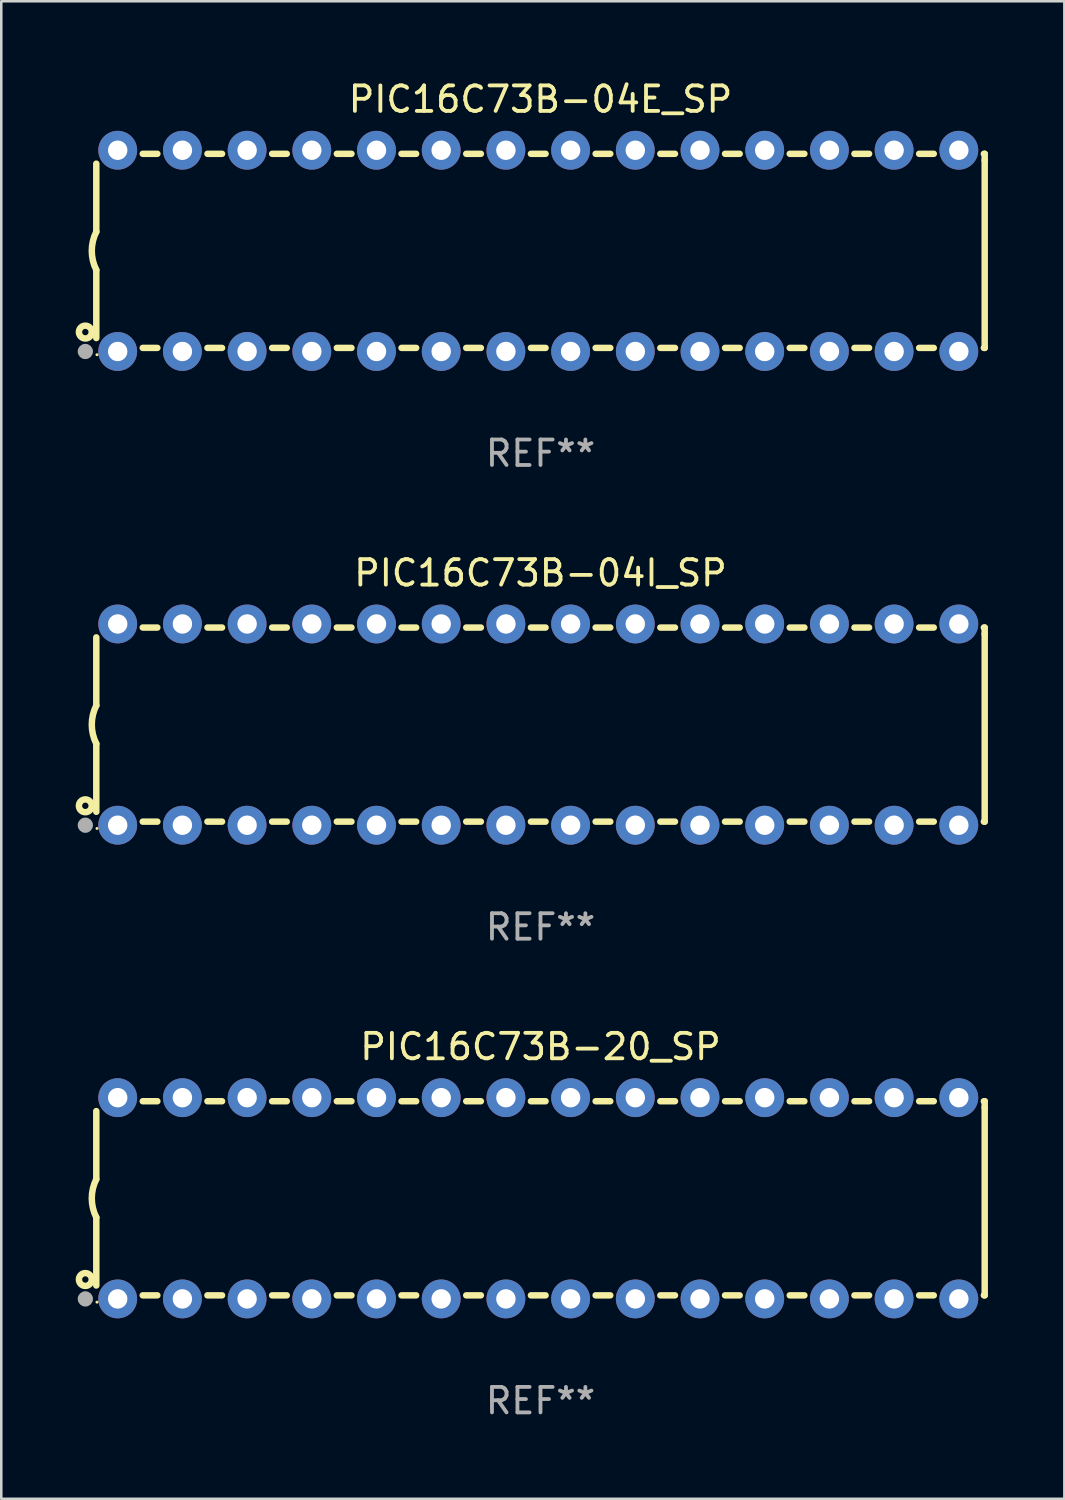
<source format=kicad_pcb>
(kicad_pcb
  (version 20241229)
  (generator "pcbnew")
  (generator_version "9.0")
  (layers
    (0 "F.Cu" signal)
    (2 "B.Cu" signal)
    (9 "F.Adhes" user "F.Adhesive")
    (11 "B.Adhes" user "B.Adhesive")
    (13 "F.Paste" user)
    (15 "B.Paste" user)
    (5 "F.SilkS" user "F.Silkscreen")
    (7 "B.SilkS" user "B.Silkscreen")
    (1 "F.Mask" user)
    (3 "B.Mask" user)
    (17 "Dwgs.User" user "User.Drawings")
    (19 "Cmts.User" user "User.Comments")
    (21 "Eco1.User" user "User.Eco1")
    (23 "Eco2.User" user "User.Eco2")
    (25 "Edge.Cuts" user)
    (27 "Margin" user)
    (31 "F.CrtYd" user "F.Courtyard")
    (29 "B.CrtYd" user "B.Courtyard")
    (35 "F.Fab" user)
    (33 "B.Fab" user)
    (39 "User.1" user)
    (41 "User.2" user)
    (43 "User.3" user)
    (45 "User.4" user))
  (footprint "PIC16C73B-20_SP"
    (layer "F.Cu")
    (at 18.168 43.991)
    (property "Reference" "PIC16C73B-20_SP" (at 0 -5.95 0) (layer "F.SilkS") (effects (font (size 1 1) (thickness 0.15))))
    (attr through_hole)
    (fp_line (start -17.438 0.75) (end -17.438 3.423) (stroke (width 0.254) (type solid)) (layer "F.SilkS"))
    (fp_line (start -17.438 -3.423) (end -17.438 -0.75) (stroke (width 0.254) (type solid)) (layer "F.SilkS"))
    (fp_line (start -15.615 3.81) (end -15.041 3.81) (stroke (width 0.254) (type solid)) (layer "F.SilkS"))
    (fp_line (start -15.041 -3.81) (end -15.614 -3.81) (stroke (width 0.254) (type solid)) (layer "F.SilkS"))
    (fp_line (start -13.075 3.81) (end -12.501 3.81) (stroke (width 0.254) (type solid)) (layer "F.SilkS"))
    (fp_line (start -12.501 -3.81) (end -13.074 -3.81) (stroke (width 0.254) (type solid)) (layer "F.SilkS"))
    (fp_line (start -10.535 3.81) (end -9.961 3.81) (stroke (width 0.254) (type solid)) (layer "F.SilkS"))
    (fp_line (start -9.961 -3.81) (end -10.534 -3.81) (stroke (width 0.254) (type solid)) (layer "F.SilkS"))
    (fp_line (start -7.995 3.81) (end -7.421 3.81) (stroke (width 0.254) (type solid)) (layer "F.SilkS"))
    (fp_line (start -7.421 -3.81) (end -7.995 -3.81) (stroke (width 0.254) (type solid)) (layer "F.SilkS"))
    (fp_line (start -5.455 3.81) (end -4.881 3.81) (stroke (width 0.254) (type solid)) (layer "F.SilkS"))
    (fp_line (start -4.881 -3.81) (end -5.455 -3.81) (stroke (width 0.254) (type solid)) (layer "F.SilkS"))
    (fp_line (start -2.915 3.81) (end -2.341 3.81) (stroke (width 0.254) (type solid)) (layer "F.SilkS"))
    (fp_line (start -2.341 -3.81) (end -2.915 -3.81) (stroke (width 0.254) (type solid)) (layer "F.SilkS"))
    (fp_line (start -0.375 3.81) (end 0.199 3.81) (stroke (width 0.254) (type solid)) (layer "F.SilkS"))
    (fp_line (start 0.199 -3.81) (end -0.375 -3.81) (stroke (width 0.254) (type solid)) (layer "F.SilkS"))
    (fp_line (start 2.165 3.81) (end 2.739 3.81) (stroke (width 0.254) (type solid)) (layer "F.SilkS"))
    (fp_line (start 2.739 -3.81) (end 2.165 -3.81) (stroke (width 0.254) (type solid)) (layer "F.SilkS"))
    (fp_line (start 4.705 3.81) (end 5.279 3.81) (stroke (width 0.254) (type solid)) (layer "F.SilkS"))
    (fp_line (start 5.279 -3.81) (end 4.705 -3.81) (stroke (width 0.254) (type solid)) (layer "F.SilkS"))
    (fp_line (start 7.245 3.81) (end 7.819 3.81) (stroke (width 0.254) (type solid)) (layer "F.SilkS"))
    (fp_line (start 7.819 -3.81) (end 7.245 -3.81) (stroke (width 0.254) (type solid)) (layer "F.SilkS"))
    (fp_line (start 9.785 3.81) (end 10.359 3.81) (stroke (width 0.254) (type solid)) (layer "F.SilkS"))
    (fp_line (start 10.359 -3.81) (end 9.785 -3.81) (stroke (width 0.254) (type solid)) (layer "F.SilkS"))
    (fp_line (start 12.325 3.81) (end 12.899 3.81) (stroke (width 0.254) (type solid)) (layer "F.SilkS"))
    (fp_line (start 12.899 -3.81) (end 12.325 -3.81) (stroke (width 0.254) (type solid)) (layer "F.SilkS"))
    (fp_line (start 14.865 3.81) (end 15.439 3.81) (stroke (width 0.254) (type solid)) (layer "F.SilkS"))
    (fp_line (start 15.439 -3.81) (end 14.865 -3.81) (stroke (width 0.254) (type solid)) (layer "F.SilkS"))
    (fp_line (start 17.405 3.81) (end 17.438 3.81) (stroke (width 0.254) (type solid)) (layer "F.SilkS"))
    (fp_line (start 17.438 -3.81) (end 17.405 -3.81) (stroke (width 0.254) (type solid)) (layer "F.SilkS"))
    (fp_line (start 17.438 -3.556) (end 17.438 -3.81) (stroke (width 0.254) (type solid)) (layer "F.SilkS"))
    (fp_line (start 17.438 3.81) (end 17.438 -3.556) (stroke (width 0.254) (type solid)) (layer "F.SilkS"))
    (fp_arc (start -17.437986 0.749657) (mid -17.614887 -0.000024) (end -17.437783 -0.749657) (stroke (width 0.254001) (type solid)) (layer "F.SilkS"))
    (fp_circle (center -17.868 3.188) (end -17.743 3.188) (stroke (width 0.254) (type solid)) (fill no) (layer "F.SilkS"))
    (fp_circle (center -17.411 4.077) (end -17.381 4.077) (stroke (width 0.06) (type solid)) (fill no) (layer "F.SilkS"))
    (fp_circle (center -17.868 3.95) (end -17.718 3.95) (stroke (width 0.3) (type solid)) (fill no) (layer "F.Fab"))
    (fp_text user "REF**" (at 0 7.95 0) (layer "F.Fab") (effects (font (size 1 1) (thickness 0.15))))
    (pad "1" thru_hole circle (at -16.598 3.95) (size 1.524 1.524) (drill 0.762) (layers "*.Cu" "*.Mask"))
    (pad "2" thru_hole circle (at -14.058 3.95) (size 1.524 1.524) (drill 0.762) (layers "*.Cu" "*.Mask"))
    (pad "3" thru_hole circle (at -11.518 3.95) (size 1.524 1.524) (drill 0.762) (layers "*.Cu" "*.Mask"))
    (pad "4" thru_hole circle (at -8.978 3.95) (size 1.524 1.524) (drill 0.762) (layers "*.Cu" "*.Mask"))
    (pad "5" thru_hole circle (at -6.438 3.95) (size 1.524 1.524) (drill 0.762) (layers "*.Cu" "*.Mask"))
    (pad "6" thru_hole circle (at -3.898 3.95) (size 1.524 1.524) (drill 0.762) (layers "*.Cu" "*.Mask"))
    (pad "7" thru_hole circle (at -1.358 3.95) (size 1.524 1.524) (drill 0.762) (layers "*.Cu" "*.Mask"))
    (pad "8" thru_hole circle (at 1.182 3.95) (size 1.524 1.524) (drill 0.762) (layers "*.Cu" "*.Mask"))
    (pad "9" thru_hole circle (at 3.722 3.95) (size 1.524 1.524) (drill 0.762) (layers "*.Cu" "*.Mask"))
    (pad "10" thru_hole circle (at 6.262 3.95) (size 1.524 1.524) (drill 0.762) (layers "*.Cu" "*.Mask"))
    (pad "11" thru_hole circle (at 8.802 3.95) (size 1.524 1.524) (drill 0.762) (layers "*.Cu" "*.Mask"))
    (pad "12" thru_hole circle (at 11.342 3.95) (size 1.524 1.524) (drill 0.762) (layers "*.Cu" "*.Mask"))
    (pad "13" thru_hole circle (at 13.882 3.95) (size 1.524 1.524) (drill 0.762) (layers "*.Cu" "*.Mask"))
    (pad "14" thru_hole circle (at 16.422 3.95) (size 1.524 1.524) (drill 0.762) (layers "*.Cu" "*.Mask"))
    (pad "15" thru_hole circle (at 16.422 -3.95) (size 1.524 1.524) (drill 0.762) (layers "*.Cu" "*.Mask"))
    (pad "16" thru_hole circle (at 13.882 -3.95) (size 1.524 1.524) (drill 0.762) (layers "*.Cu" "*.Mask"))
    (pad "17" thru_hole circle (at 11.342 -3.95) (size 1.524 1.524) (drill 0.762) (layers "*.Cu" "*.Mask"))
    (pad "18" thru_hole circle (at 8.802 -3.95) (size 1.524 1.524) (drill 0.762) (layers "*.Cu" "*.Mask"))
    (pad "19" thru_hole circle (at 6.262 -3.95) (size 1.524 1.524) (drill 0.762) (layers "*.Cu" "*.Mask"))
    (pad "20" thru_hole circle (at 3.722 -3.95) (size 1.524 1.524) (drill 0.762) (layers "*.Cu" "*.Mask"))
    (pad "21" thru_hole circle (at 1.182 -3.95) (size 1.524 1.524) (drill 0.762) (layers "*.Cu" "*.Mask"))
    (pad "22" thru_hole circle (at -1.358 -3.95) (size 1.524 1.524) (drill 0.762) (layers "*.Cu" "*.Mask"))
    (pad "23" thru_hole circle (at -3.898 -3.95) (size 1.524 1.524) (drill 0.762) (layers "*.Cu" "*.Mask"))
    (pad "24" thru_hole circle (at -6.438 -3.95) (size 1.524 1.524) (drill 0.762) (layers "*.Cu" "*.Mask"))
    (pad "25" thru_hole circle (at -8.978 -3.95) (size 1.524 1.524) (drill 0.762) (layers "*.Cu" "*.Mask"))
    (pad "26" thru_hole circle (at -11.517 -3.95) (size 1.524 1.524) (drill 0.762) (layers "*.Cu" "*.Mask"))
    (pad "27" thru_hole circle (at -14.057 -3.95) (size 1.524 1.524) (drill 0.762) (layers "*.Cu" "*.Mask"))
    (pad "28" thru_hole circle (at -16.597 -3.95) (size 1.524 1.524) (drill 0.762) (layers "*.Cu" "*.Mask")))
  (footprint "PIC16C73B-04E_SP"
    (layer "F.Cu")
    (at 18.168 6.798)
    (property "Reference" "PIC16C73B-04E_SP" (at 0 -5.95 0) (layer "F.SilkS") (effects (font (size 1 1) (thickness 0.15))))
    (attr through_hole)
    (fp_line (start -17.438 0.75) (end -17.438 3.423) (stroke (width 0.254) (type solid)) (layer "F.SilkS"))
    (fp_line (start -17.438 -3.423) (end -17.438 -0.75) (stroke (width 0.254) (type solid)) (layer "F.SilkS"))
    (fp_line (start -15.615 3.81) (end -15.041 3.81) (stroke (width 0.254) (type solid)) (layer "F.SilkS"))
    (fp_line (start -15.041 -3.81) (end -15.614 -3.81) (stroke (width 0.254) (type solid)) (layer "F.SilkS"))
    (fp_line (start -13.075 3.81) (end -12.501 3.81) (stroke (width 0.254) (type solid)) (layer "F.SilkS"))
    (fp_line (start -12.501 -3.81) (end -13.074 -3.81) (stroke (width 0.254) (type solid)) (layer "F.SilkS"))
    (fp_line (start -10.535 3.81) (end -9.961 3.81) (stroke (width 0.254) (type solid)) (layer "F.SilkS"))
    (fp_line (start -9.961 -3.81) (end -10.534 -3.81) (stroke (width 0.254) (type solid)) (layer "F.SilkS"))
    (fp_line (start -7.995 3.81) (end -7.421 3.81) (stroke (width 0.254) (type solid)) (layer "F.SilkS"))
    (fp_line (start -7.421 -3.81) (end -7.995 -3.81) (stroke (width 0.254) (type solid)) (layer "F.SilkS"))
    (fp_line (start -5.455 3.81) (end -4.881 3.81) (stroke (width 0.254) (type solid)) (layer "F.SilkS"))
    (fp_line (start -4.881 -3.81) (end -5.455 -3.81) (stroke (width 0.254) (type solid)) (layer "F.SilkS"))
    (fp_line (start -2.915 3.81) (end -2.341 3.81) (stroke (width 0.254) (type solid)) (layer "F.SilkS"))
    (fp_line (start -2.341 -3.81) (end -2.915 -3.81) (stroke (width 0.254) (type solid)) (layer "F.SilkS"))
    (fp_line (start -0.375 3.81) (end 0.199 3.81) (stroke (width 0.254) (type solid)) (layer "F.SilkS"))
    (fp_line (start 0.199 -3.81) (end -0.375 -3.81) (stroke (width 0.254) (type solid)) (layer "F.SilkS"))
    (fp_line (start 2.165 3.81) (end 2.739 3.81) (stroke (width 0.254) (type solid)) (layer "F.SilkS"))
    (fp_line (start 2.739 -3.81) (end 2.165 -3.81) (stroke (width 0.254) (type solid)) (layer "F.SilkS"))
    (fp_line (start 4.705 3.81) (end 5.279 3.81) (stroke (width 0.254) (type solid)) (layer "F.SilkS"))
    (fp_line (start 5.279 -3.81) (end 4.705 -3.81) (stroke (width 0.254) (type solid)) (layer "F.SilkS"))
    (fp_line (start 7.245 3.81) (end 7.819 3.81) (stroke (width 0.254) (type solid)) (layer "F.SilkS"))
    (fp_line (start 7.819 -3.81) (end 7.245 -3.81) (stroke (width 0.254) (type solid)) (layer "F.SilkS"))
    (fp_line (start 9.785 3.81) (end 10.359 3.81) (stroke (width 0.254) (type solid)) (layer "F.SilkS"))
    (fp_line (start 10.359 -3.81) (end 9.785 -3.81) (stroke (width 0.254) (type solid)) (layer "F.SilkS"))
    (fp_line (start 12.325 3.81) (end 12.899 3.81) (stroke (width 0.254) (type solid)) (layer "F.SilkS"))
    (fp_line (start 12.899 -3.81) (end 12.325 -3.81) (stroke (width 0.254) (type solid)) (layer "F.SilkS"))
    (fp_line (start 14.865 3.81) (end 15.439 3.81) (stroke (width 0.254) (type solid)) (layer "F.SilkS"))
    (fp_line (start 15.439 -3.81) (end 14.865 -3.81) (stroke (width 0.254) (type solid)) (layer "F.SilkS"))
    (fp_line (start 17.405 3.81) (end 17.438 3.81) (stroke (width 0.254) (type solid)) (layer "F.SilkS"))
    (fp_line (start 17.438 -3.81) (end 17.405 -3.81) (stroke (width 0.254) (type solid)) (layer "F.SilkS"))
    (fp_line (start 17.438 -3.556) (end 17.438 -3.81) (stroke (width 0.254) (type solid)) (layer "F.SilkS"))
    (fp_line (start 17.438 3.81) (end 17.438 -3.556) (stroke (width 0.254) (type solid)) (layer "F.SilkS"))
    (fp_arc (start -17.437986 0.749657) (mid -17.614887 -0.000024) (end -17.437783 -0.749657) (stroke (width 0.254001) (type solid)) (layer "F.SilkS"))
    (fp_circle (center -17.868 3.188) (end -17.743 3.188) (stroke (width 0.254) (type solid)) (fill no) (layer "F.SilkS"))
    (fp_circle (center -17.411 4.077) (end -17.381 4.077) (stroke (width 0.06) (type solid)) (fill no) (layer "F.SilkS"))
    (fp_circle (center -17.868 3.95) (end -17.718 3.95) (stroke (width 0.3) (type solid)) (fill no) (layer "F.Fab"))
    (fp_text user "REF**" (at 0 7.95 0) (layer "F.Fab") (effects (font (size 1 1) (thickness 0.15))))
    (pad "1" thru_hole circle (at -16.598 3.95) (size 1.524 1.524) (drill 0.762) (layers "*.Cu" "*.Mask"))
    (pad "2" thru_hole circle (at -14.058 3.95) (size 1.524 1.524) (drill 0.762) (layers "*.Cu" "*.Mask"))
    (pad "3" thru_hole circle (at -11.518 3.95) (size 1.524 1.524) (drill 0.762) (layers "*.Cu" "*.Mask"))
    (pad "4" thru_hole circle (at -8.978 3.95) (size 1.524 1.524) (drill 0.762) (layers "*.Cu" "*.Mask"))
    (pad "5" thru_hole circle (at -6.438 3.95) (size 1.524 1.524) (drill 0.762) (layers "*.Cu" "*.Mask"))
    (pad "6" thru_hole circle (at -3.898 3.95) (size 1.524 1.524) (drill 0.762) (layers "*.Cu" "*.Mask"))
    (pad "7" thru_hole circle (at -1.358 3.95) (size 1.524 1.524) (drill 0.762) (layers "*.Cu" "*.Mask"))
    (pad "8" thru_hole circle (at 1.182 3.95) (size 1.524 1.524) (drill 0.762) (layers "*.Cu" "*.Mask"))
    (pad "9" thru_hole circle (at 3.722 3.95) (size 1.524 1.524) (drill 0.762) (layers "*.Cu" "*.Mask"))
    (pad "10" thru_hole circle (at 6.262 3.95) (size 1.524 1.524) (drill 0.762) (layers "*.Cu" "*.Mask"))
    (pad "11" thru_hole circle (at 8.802 3.95) (size 1.524 1.524) (drill 0.762) (layers "*.Cu" "*.Mask"))
    (pad "12" thru_hole circle (at 11.342 3.95) (size 1.524 1.524) (drill 0.762) (layers "*.Cu" "*.Mask"))
    (pad "13" thru_hole circle (at 13.882 3.95) (size 1.524 1.524) (drill 0.762) (layers "*.Cu" "*.Mask"))
    (pad "14" thru_hole circle (at 16.422 3.95) (size 1.524 1.524) (drill 0.762) (layers "*.Cu" "*.Mask"))
    (pad "15" thru_hole circle (at 16.422 -3.95) (size 1.524 1.524) (drill 0.762) (layers "*.Cu" "*.Mask"))
    (pad "16" thru_hole circle (at 13.882 -3.95) (size 1.524 1.524) (drill 0.762) (layers "*.Cu" "*.Mask"))
    (pad "17" thru_hole circle (at 11.342 -3.95) (size 1.524 1.524) (drill 0.762) (layers "*.Cu" "*.Mask"))
    (pad "18" thru_hole circle (at 8.802 -3.95) (size 1.524 1.524) (drill 0.762) (layers "*.Cu" "*.Mask"))
    (pad "19" thru_hole circle (at 6.262 -3.95) (size 1.524 1.524) (drill 0.762) (layers "*.Cu" "*.Mask"))
    (pad "20" thru_hole circle (at 3.722 -3.95) (size 1.524 1.524) (drill 0.762) (layers "*.Cu" "*.Mask"))
    (pad "21" thru_hole circle (at 1.182 -3.95) (size 1.524 1.524) (drill 0.762) (layers "*.Cu" "*.Mask"))
    (pad "22" thru_hole circle (at -1.358 -3.95) (size 1.524 1.524) (drill 0.762) (layers "*.Cu" "*.Mask"))
    (pad "23" thru_hole circle (at -3.898 -3.95) (size 1.524 1.524) (drill 0.762) (layers "*.Cu" "*.Mask"))
    (pad "24" thru_hole circle (at -6.438 -3.95) (size 1.524 1.524) (drill 0.762) (layers "*.Cu" "*.Mask"))
    (pad "25" thru_hole circle (at -8.978 -3.95) (size 1.524 1.524) (drill 0.762) (layers "*.Cu" "*.Mask"))
    (pad "26" thru_hole circle (at -11.517 -3.95) (size 1.524 1.524) (drill 0.762) (layers "*.Cu" "*.Mask"))
    (pad "27" thru_hole circle (at -14.057 -3.95) (size 1.524 1.524) (drill 0.762) (layers "*.Cu" "*.Mask"))
    (pad "28" thru_hole circle (at -16.597 -3.95) (size 1.524 1.524) (drill 0.762) (layers "*.Cu" "*.Mask")))
  (footprint "PIC16C73B-04I_SP"
    (layer "F.Cu")
    (at 18.168 25.395)
    (property "Reference" "PIC16C73B-04I_SP" (at 0 -5.95 0) (layer "F.SilkS") (effects (font (size 1 1) (thickness 0.15))))
    (attr through_hole)
    (fp_line (start -17.438 0.75) (end -17.438 3.423) (stroke (width 0.254) (type solid)) (layer "F.SilkS"))
    (fp_line (start -17.438 -3.423) (end -17.438 -0.75) (stroke (width 0.254) (type solid)) (layer "F.SilkS"))
    (fp_line (start -15.615 3.81) (end -15.041 3.81) (stroke (width 0.254) (type solid)) (layer "F.SilkS"))
    (fp_line (start -15.041 -3.81) (end -15.614 -3.81) (stroke (width 0.254) (type solid)) (layer "F.SilkS"))
    (fp_line (start -13.075 3.81) (end -12.501 3.81) (stroke (width 0.254) (type solid)) (layer "F.SilkS"))
    (fp_line (start -12.501 -3.81) (end -13.074 -3.81) (stroke (width 0.254) (type solid)) (layer "F.SilkS"))
    (fp_line (start -10.535 3.81) (end -9.961 3.81) (stroke (width 0.254) (type solid)) (layer "F.SilkS"))
    (fp_line (start -9.961 -3.81) (end -10.534 -3.81) (stroke (width 0.254) (type solid)) (layer "F.SilkS"))
    (fp_line (start -7.995 3.81) (end -7.421 3.81) (stroke (width 0.254) (type solid)) (layer "F.SilkS"))
    (fp_line (start -7.421 -3.81) (end -7.995 -3.81) (stroke (width 0.254) (type solid)) (layer "F.SilkS"))
    (fp_line (start -5.455 3.81) (end -4.881 3.81) (stroke (width 0.254) (type solid)) (layer "F.SilkS"))
    (fp_line (start -4.881 -3.81) (end -5.455 -3.81) (stroke (width 0.254) (type solid)) (layer "F.SilkS"))
    (fp_line (start -2.915 3.81) (end -2.341 3.81) (stroke (width 0.254) (type solid)) (layer "F.SilkS"))
    (fp_line (start -2.341 -3.81) (end -2.915 -3.81) (stroke (width 0.254) (type solid)) (layer "F.SilkS"))
    (fp_line (start -0.375 3.81) (end 0.199 3.81) (stroke (width 0.254) (type solid)) (layer "F.SilkS"))
    (fp_line (start 0.199 -3.81) (end -0.375 -3.81) (stroke (width 0.254) (type solid)) (layer "F.SilkS"))
    (fp_line (start 2.165 3.81) (end 2.739 3.81) (stroke (width 0.254) (type solid)) (layer "F.SilkS"))
    (fp_line (start 2.739 -3.81) (end 2.165 -3.81) (stroke (width 0.254) (type solid)) (layer "F.SilkS"))
    (fp_line (start 4.705 3.81) (end 5.279 3.81) (stroke (width 0.254) (type solid)) (layer "F.SilkS"))
    (fp_line (start 5.279 -3.81) (end 4.705 -3.81) (stroke (width 0.254) (type solid)) (layer "F.SilkS"))
    (fp_line (start 7.245 3.81) (end 7.819 3.81) (stroke (width 0.254) (type solid)) (layer "F.SilkS"))
    (fp_line (start 7.819 -3.81) (end 7.245 -3.81) (stroke (width 0.254) (type solid)) (layer "F.SilkS"))
    (fp_line (start 9.785 3.81) (end 10.359 3.81) (stroke (width 0.254) (type solid)) (layer "F.SilkS"))
    (fp_line (start 10.359 -3.81) (end 9.785 -3.81) (stroke (width 0.254) (type solid)) (layer "F.SilkS"))
    (fp_line (start 12.325 3.81) (end 12.899 3.81) (stroke (width 0.254) (type solid)) (layer "F.SilkS"))
    (fp_line (start 12.899 -3.81) (end 12.325 -3.81) (stroke (width 0.254) (type solid)) (layer "F.SilkS"))
    (fp_line (start 14.865 3.81) (end 15.439 3.81) (stroke (width 0.254) (type solid)) (layer "F.SilkS"))
    (fp_line (start 15.439 -3.81) (end 14.865 -3.81) (stroke (width 0.254) (type solid)) (layer "F.SilkS"))
    (fp_line (start 17.405 3.81) (end 17.438 3.81) (stroke (width 0.254) (type solid)) (layer "F.SilkS"))
    (fp_line (start 17.438 -3.81) (end 17.405 -3.81) (stroke (width 0.254) (type solid)) (layer "F.SilkS"))
    (fp_line (start 17.438 -3.556) (end 17.438 -3.81) (stroke (width 0.254) (type solid)) (layer "F.SilkS"))
    (fp_line (start 17.438 3.81) (end 17.438 -3.556) (stroke (width 0.254) (type solid)) (layer "F.SilkS"))
    (fp_arc (start -17.437986 0.749657) (mid -17.614887 -0.000024) (end -17.437783 -0.749657) (stroke (width 0.254001) (type solid)) (layer "F.SilkS"))
    (fp_circle (center -17.868 3.188) (end -17.743 3.188) (stroke (width 0.254) (type solid)) (fill no) (layer "F.SilkS"))
    (fp_circle (center -17.411 4.077) (end -17.381 4.077) (stroke (width 0.06) (type solid)) (fill no) (layer "F.SilkS"))
    (fp_circle (center -17.868 3.95) (end -17.718 3.95) (stroke (width 0.3) (type solid)) (fill no) (layer "F.Fab"))
    (fp_text user "REF**" (at 0 7.95 0) (layer "F.Fab") (effects (font (size 1 1) (thickness 0.15))))
    (pad "1" thru_hole circle (at -16.598 3.95) (size 1.524 1.524) (drill 0.762) (layers "*.Cu" "*.Mask"))
    (pad "2" thru_hole circle (at -14.058 3.95) (size 1.524 1.524) (drill 0.762) (layers "*.Cu" "*.Mask"))
    (pad "3" thru_hole circle (at -11.518 3.95) (size 1.524 1.524) (drill 0.762) (layers "*.Cu" "*.Mask"))
    (pad "4" thru_hole circle (at -8.978 3.95) (size 1.524 1.524) (drill 0.762) (layers "*.Cu" "*.Mask"))
    (pad "5" thru_hole circle (at -6.438 3.95) (size 1.524 1.524) (drill 0.762) (layers "*.Cu" "*.Mask"))
    (pad "6" thru_hole circle (at -3.898 3.95) (size 1.524 1.524) (drill 0.762) (layers "*.Cu" "*.Mask"))
    (pad "7" thru_hole circle (at -1.358 3.95) (size 1.524 1.524) (drill 0.762) (layers "*.Cu" "*.Mask"))
    (pad "8" thru_hole circle (at 1.182 3.95) (size 1.524 1.524) (drill 0.762) (layers "*.Cu" "*.Mask"))
    (pad "9" thru_hole circle (at 3.722 3.95) (size 1.524 1.524) (drill 0.762) (layers "*.Cu" "*.Mask"))
    (pad "10" thru_hole circle (at 6.262 3.95) (size 1.524 1.524) (drill 0.762) (layers "*.Cu" "*.Mask"))
    (pad "11" thru_hole circle (at 8.802 3.95) (size 1.524 1.524) (drill 0.762) (layers "*.Cu" "*.Mask"))
    (pad "12" thru_hole circle (at 11.342 3.95) (size 1.524 1.524) (drill 0.762) (layers "*.Cu" "*.Mask"))
    (pad "13" thru_hole circle (at 13.882 3.95) (size 1.524 1.524) (drill 0.762) (layers "*.Cu" "*.Mask"))
    (pad "14" thru_hole circle (at 16.422 3.95) (size 1.524 1.524) (drill 0.762) (layers "*.Cu" "*.Mask"))
    (pad "15" thru_hole circle (at 16.422 -3.95) (size 1.524 1.524) (drill 0.762) (layers "*.Cu" "*.Mask"))
    (pad "16" thru_hole circle (at 13.882 -3.95) (size 1.524 1.524) (drill 0.762) (layers "*.Cu" "*.Mask"))
    (pad "17" thru_hole circle (at 11.342 -3.95) (size 1.524 1.524) (drill 0.762) (layers "*.Cu" "*.Mask"))
    (pad "18" thru_hole circle (at 8.802 -3.95) (size 1.524 1.524) (drill 0.762) (layers "*.Cu" "*.Mask"))
    (pad "19" thru_hole circle (at 6.262 -3.95) (size 1.524 1.524) (drill 0.762) (layers "*.Cu" "*.Mask"))
    (pad "20" thru_hole circle (at 3.722 -3.95) (size 1.524 1.524) (drill 0.762) (layers "*.Cu" "*.Mask"))
    (pad "21" thru_hole circle (at 1.182 -3.95) (size 1.524 1.524) (drill 0.762) (layers "*.Cu" "*.Mask"))
    (pad "22" thru_hole circle (at -1.358 -3.95) (size 1.524 1.524) (drill 0.762) (layers "*.Cu" "*.Mask"))
    (pad "23" thru_hole circle (at -3.898 -3.95) (size 1.524 1.524) (drill 0.762) (layers "*.Cu" "*.Mask"))
    (pad "24" thru_hole circle (at -6.438 -3.95) (size 1.524 1.524) (drill 0.762) (layers "*.Cu" "*.Mask"))
    (pad "25" thru_hole circle (at -8.978 -3.95) (size 1.524 1.524) (drill 0.762) (layers "*.Cu" "*.Mask"))
    (pad "26" thru_hole circle (at -11.517 -3.95) (size 1.524 1.524) (drill 0.762) (layers "*.Cu" "*.Mask"))
    (pad "27" thru_hole circle (at -14.057 -3.95) (size 1.524 1.524) (drill 0.762) (layers "*.Cu" "*.Mask"))
    (pad "28" thru_hole circle (at -16.597 -3.95) (size 1.524 1.524) (drill 0.762) (layers "*.Cu" "*.Mask")))
  (gr_rect
    (start -3 -3)
    (end 38.733 55.789)
    (stroke (width 0.1) (type default))
    (fill no)
    (layer "Edge.Cuts")))
</source>
